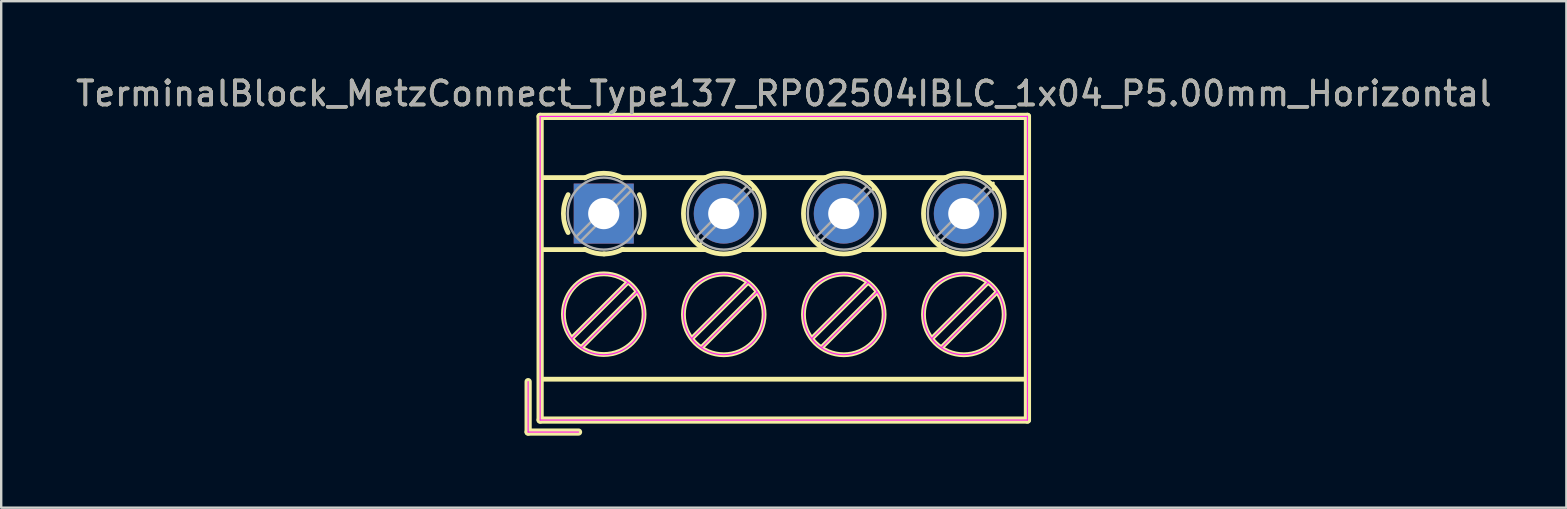
<source format=kicad_pcb>
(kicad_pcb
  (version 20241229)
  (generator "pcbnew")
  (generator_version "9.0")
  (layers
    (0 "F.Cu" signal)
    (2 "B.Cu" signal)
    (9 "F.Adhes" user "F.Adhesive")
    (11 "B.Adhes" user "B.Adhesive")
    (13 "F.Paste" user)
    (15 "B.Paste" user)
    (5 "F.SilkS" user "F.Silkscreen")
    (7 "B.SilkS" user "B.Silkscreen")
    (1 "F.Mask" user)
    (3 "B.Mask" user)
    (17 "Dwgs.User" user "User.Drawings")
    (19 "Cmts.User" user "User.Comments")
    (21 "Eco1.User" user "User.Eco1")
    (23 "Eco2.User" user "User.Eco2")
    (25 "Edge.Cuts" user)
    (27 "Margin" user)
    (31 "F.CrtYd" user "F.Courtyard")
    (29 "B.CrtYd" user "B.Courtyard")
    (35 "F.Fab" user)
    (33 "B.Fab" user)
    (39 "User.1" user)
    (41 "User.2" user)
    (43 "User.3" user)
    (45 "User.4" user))
  (footprint "TerminalBlock_MetzConnect_Type137_RP02504IBLC_1x04_P5.00mm_Horizontal"
    (layer "F.Cu")
    (at 29.601 5.848)
    (property "Reference" "TerminalBlock_MetzConnect_Type137_RP02504IBLC_1x04_P5.00mm_Horizontal" (at 0 -5 0) (layer "F.SilkS") (effects (font (size 1 1) (thickness 0.15))))
    (attr through_hole)
    (fp_line (start -10.65 7) (end -10.65 9.1) (stroke (width 0.3) (type solid)) (layer "F.SilkS"))
    (fp_line (start -10.17 -1.5) (end -8.29 -1.5) (stroke (width 0.2) (type solid)) (layer "F.SilkS"))
    (fp_line (start -10.17 1.5) (end -8.29 1.5) (stroke (width 0.2) (type solid)) (layer "F.SilkS"))
    (fp_line (start -10.15 -4.05) (end -10.15 8.6) (stroke (width 0.3) (type solid)) (layer "F.SilkS"))
    (fp_line (start -10.15 -4.05) (end 10.15 -4.05) (stroke (width 0.3) (type solid)) (layer "F.SilkS"))
    (fp_line (start -10.15 6.9) (end 10.15 6.9) (stroke (width 0.2) (type solid)) (layer "F.SilkS"))
    (fp_line (start -10.15 8.6) (end 10.15 8.6) (stroke (width 0.3) (type solid)) (layer "F.SilkS"))
    (fp_line (start -8.55 9.1) (end -10.65 9.1) (stroke (width 0.3) (type solid)) (layer "F.SilkS"))
    (fp_line (start -6.74 -1.5) (end -3.28 -1.5) (stroke (width 0.2) (type solid)) (layer "F.SilkS"))
    (fp_line (start -6.74 1.5) (end -3.28 1.5) (stroke (width 0.2) (type solid)) (layer "F.SilkS"))
    (fp_line (start -6.5 2.86) (end -8.83 5.19) (stroke (width 0.2) (type solid)) (layer "F.SilkS"))
    (fp_line (start -6.12 3.26) (end -8.42 5.56) (stroke (width 0.2) (type solid)) (layer "F.SilkS"))
    (fp_line (start -3.6 0.976) (end -3.694 1.069) (stroke (width 0.12) (type solid)) (layer "F.SilkS"))
    (fp_line (start -3.43 1.216) (end -3.489 1.274) (stroke (width 0.12) (type solid)) (layer "F.SilkS"))
    (fp_line (start -1.73 -1.5) (end 1.73 -1.5) (stroke (width 0.2) (type solid)) (layer "F.SilkS"))
    (fp_line (start -1.73 1.5) (end 1.73 1.5) (stroke (width 0.2) (type solid)) (layer "F.SilkS"))
    (fp_line (start -1.5 2.87) (end -3.83 5.2) (stroke (width 0.2) (type solid)) (layer "F.SilkS"))
    (fp_line (start -1.35 -1.275) (end -1.409 -1.216) (stroke (width 0.12) (type solid)) (layer "F.SilkS"))
    (fp_line (start -1.225 -1.069) (end -1.319 -0.976) (stroke (width 0.12) (type solid)) (layer "F.SilkS"))
    (fp_line (start -1.12 3.27) (end -3.42 5.57) (stroke (width 0.2) (type solid)) (layer "F.SilkS"))
    (fp_line (start 1.32 0.976) (end 1.226 1.069) (stroke (width 0.12) (type solid)) (layer "F.SilkS"))
    (fp_line (start 1.49 1.216) (end 1.431 1.274) (stroke (width 0.12) (type solid)) (layer "F.SilkS"))
    (fp_line (start 3.28 -1.5) (end 6.77 -1.5) (stroke (width 0.2) (type solid)) (layer "F.SilkS"))
    (fp_line (start 3.28 1.5) (end 6.77 1.5) (stroke (width 0.2) (type solid)) (layer "F.SilkS"))
    (fp_line (start 3.5 2.87) (end 1.17 5.2) (stroke (width 0.2) (type solid)) (layer "F.SilkS"))
    (fp_line (start 3.65 -1.275) (end 3.591 -1.216) (stroke (width 0.12) (type solid)) (layer "F.SilkS"))
    (fp_line (start 3.775 -1.069) (end 3.681 -0.976) (stroke (width 0.12) (type solid)) (layer "F.SilkS"))
    (fp_line (start 3.88 3.27) (end 1.58 5.57) (stroke (width 0.2) (type solid)) (layer "F.SilkS"))
    (fp_line (start 6.32 0.976) (end 6.226 1.069) (stroke (width 0.12) (type solid)) (layer "F.SilkS"))
    (fp_line (start 6.49 1.216) (end 6.431 1.274) (stroke (width 0.12) (type solid)) (layer "F.SilkS"))
    (fp_line (start 8.28 -1.5) (end 10.16 -1.5) (stroke (width 0.2) (type solid)) (layer "F.SilkS"))
    (fp_line (start 8.28 1.5) (end 10.16 1.5) (stroke (width 0.2) (type solid)) (layer "F.SilkS"))
    (fp_line (start 8.5 2.87) (end 6.17 5.2) (stroke (width 0.2) (type solid)) (layer "F.SilkS"))
    (fp_line (start 8.73 -1.275) (end 8.671 -1.216) (stroke (width 0.12) (type solid)) (layer "F.SilkS"))
    (fp_line (start 8.775 -1.069) (end 8.681 -0.976) (stroke (width 0.12) (type solid)) (layer "F.SilkS"))
    (fp_line (start 8.88 3.27) (end 6.58 5.57) (stroke (width 0.2) (type solid)) (layer "F.SilkS"))
    (fp_line (start 10.15 -4.05) (end 10.15 8.6) (stroke (width 0.3) (type solid)) (layer "F.SilkS"))
    (fp_arc (start -8.983953 0.789089) (mid -9.180708 0.00005) (end -8.984 -0.789) (stroke (width 0.2) (type solid)) (layer "F.SilkS"))
    (fp_arc (start -8.289089 -1.483953) (mid -7.50005 -1.680708) (end -6.711 -1.484) (stroke (width 0.2) (type solid)) (layer "F.SilkS"))
    (fp_arc (start -7.470617 1.68045) (mid -7.892304 1.634281) (end -8.289 1.484) (stroke (width 0.2) (type solid)) (layer "F.SilkS"))
    (fp_arc (start -6.711288 1.483352) (mid -7.093571 1.630097) (end -7.5 1.68) (stroke (width 0.2) (type solid)) (layer "F.SilkS"))
    (fp_arc (start -6.016047 -0.789089) (mid -5.819292 -0.00005) (end -6.016 0.789) (stroke (width 0.2) (type solid)) (layer "F.SilkS"))
    (fp_circle (center -7.5 4.19) (end -5.82 4.19) (stroke (width 0.2) (type solid)) (fill no) (layer "F.SilkS"))
    (fp_circle (center -2.5 0) (end -0.82 0) (stroke (width 0.2) (type solid)) (fill no) (layer "F.SilkS"))
    (fp_circle (center -2.5 4.2) (end -0.82 4.2) (stroke (width 0.2) (type solid)) (fill no) (layer "F.SilkS"))
    (fp_circle (center 2.5 0) (end 4.18 0) (stroke (width 0.2) (type solid)) (fill no) (layer "F.SilkS"))
    (fp_circle (center 2.5 4.2) (end 4.18 4.2) (stroke (width 0.2) (type solid)) (fill no) (layer "F.SilkS"))
    (fp_circle (center 7.5 0) (end 9.18 0) (stroke (width 0.2) (type solid)) (fill no) (layer "F.SilkS"))
    (fp_circle (center 7.5 4.2) (end 9.18 4.2) (stroke (width 0.2) (type solid)) (fill no) (layer "F.SilkS"))
    (fp_line (start -10.65 7) (end -10.65 9.1) (stroke (width 0.05) (type solid)) (layer "F.CrtYd"))
    (fp_line (start -10.15 -4.05) (end -10.15 8.6) (stroke (width 0.05) (type solid)) (layer "F.CrtYd"))
    (fp_line (start -10.15 -4.05) (end 10.15 -4.05) (stroke (width 0.05) (type solid)) (layer "F.CrtYd"))
    (fp_line (start -10.15 8.6) (end 10.15 8.6) (stroke (width 0.05) (type solid)) (layer "F.CrtYd"))
    (fp_line (start -8.55 9.1) (end -10.65 9.1) (stroke (width 0.05) (type solid)) (layer "F.CrtYd"))
    (fp_line (start -6.5 2.87) (end -8.83 5.2) (stroke (width 0.05) (type solid)) (layer "F.CrtYd"))
    (fp_line (start -6.12 3.27) (end -8.42 5.57) (stroke (width 0.05) (type solid)) (layer "F.CrtYd"))
    (fp_line (start -1.5 2.87) (end -3.83 5.2) (stroke (width 0.05) (type solid)) (layer "F.CrtYd"))
    (fp_line (start -1.12 3.27) (end -3.42 5.57) (stroke (width 0.05) (type solid)) (layer "F.CrtYd"))
    (fp_line (start 3.5 2.87) (end 1.17 5.2) (stroke (width 0.05) (type solid)) (layer "F.CrtYd"))
    (fp_line (start 3.88 3.27) (end 1.58 5.57) (stroke (width 0.05) (type solid)) (layer "F.CrtYd"))
    (fp_line (start 8.5 2.87) (end 6.17 5.2) (stroke (width 0.05) (type solid)) (layer "F.CrtYd"))
    (fp_line (start 8.88 3.27) (end 6.58 5.57) (stroke (width 0.05) (type solid)) (layer "F.CrtYd"))
    (fp_line (start 10.15 -4.05) (end 10.15 8.6) (stroke (width 0.05) (type solid)) (layer "F.CrtYd"))
    (fp_circle (center -7.5 4.2) (end -5.82 4.2) (stroke (width 0.05) (type solid)) (fill no) (layer "F.CrtYd"))
    (fp_circle (center -2.5 4.2) (end -0.82 4.2) (stroke (width 0.05) (type solid)) (fill no) (layer "F.CrtYd"))
    (fp_circle (center 2.5 4.2) (end 4.18 4.2) (stroke (width 0.05) (type solid)) (fill no) (layer "F.CrtYd"))
    (fp_circle (center 7.5 4.2) (end 9.18 4.2) (stroke (width 0.05) (type solid)) (fill no) (layer "F.CrtYd"))
    (fp_line (start -6.545 -1.138) (end -8.638 0.955) (stroke (width 0.1) (type solid)) (layer "F.Fab"))
    (fp_line (start -6.362 -0.955) (end -8.455 1.138) (stroke (width 0.1) (type solid)) (layer "F.Fab"))
    (fp_line (start -1.545 -1.138) (end -3.637 0.955) (stroke (width 0.1) (type solid)) (layer "F.Fab"))
    (fp_line (start -1.362 -0.955) (end -3.454 1.138) (stroke (width 0.1) (type solid)) (layer "F.Fab"))
    (fp_line (start 3.455 -1.138) (end 1.363 0.955) (stroke (width 0.1) (type solid)) (layer "F.Fab"))
    (fp_line (start 3.638 -0.955) (end 1.546 1.138) (stroke (width 0.1) (type solid)) (layer "F.Fab"))
    (fp_line (start 8.455 -1.138) (end 6.363 0.955) (stroke (width 0.1) (type solid)) (layer "F.Fab"))
    (fp_line (start 8.638 -0.955) (end 6.546 1.138) (stroke (width 0.1) (type solid)) (layer "F.Fab"))
    (fp_circle (center -7.5 0) (end -6 0) (stroke (width 0.1) (type solid)) (fill no) (layer "F.Fab"))
    (fp_circle (center -2.5 0) (end -1 0) (stroke (width 0.1) (type solid)) (fill no) (layer "F.Fab"))
    (fp_circle (center 2.5 0) (end 4 0) (stroke (width 0.1) (type solid)) (fill no) (layer "F.Fab"))
    (fp_circle (center 7.5 0) (end 9 0) (stroke (width 0.1) (type solid)) (fill no) (layer "F.Fab"))
    (fp_text user "${REFERENCE}" (at 0 -5 0) (layer "F.Fab") (effects (font (size 1 1) (thickness 0.15))))
    (pad "1" thru_hole rect (at -7.5 0) (size 2.5 2.5) (drill 1.3) (layers "*.Cu" "*.Mask"))
    (pad "2" thru_hole circle (at -2.5 0) (size 2.5 2.5) (drill 1.3) (layers "*.Cu" "*.Mask"))
    (pad "3" thru_hole circle (at 2.5 0) (size 2.5 2.5) (drill 1.3) (layers "*.Cu" "*.Mask"))
    (pad "4" thru_hole circle (at 7.5 0) (size 2.5 2.5) (drill 1.3) (layers "*.Cu" "*.Mask")))
  (gr_rect
    (start -3 -3)
    (end 62.202 18.098)
    (stroke (width 0.1) (type default))
    (fill no)
    (layer "Edge.Cuts")))
</source>
